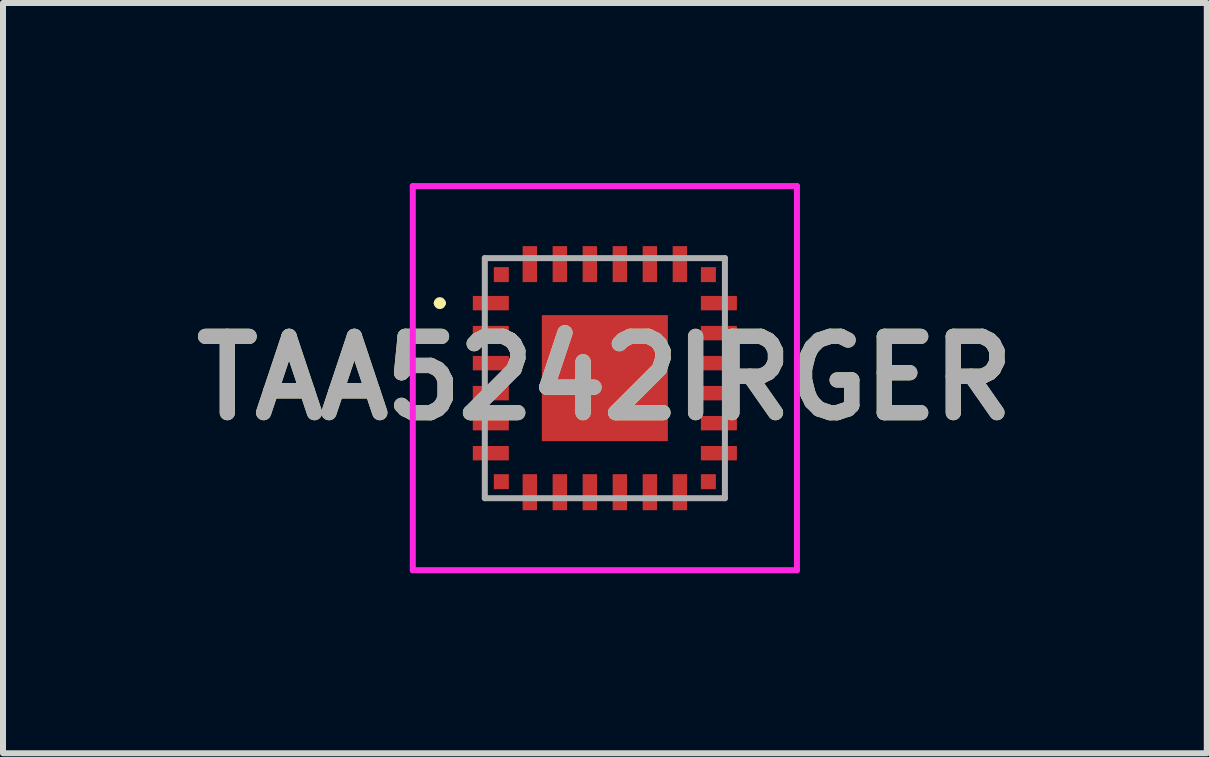
<source format=kicad_pcb>
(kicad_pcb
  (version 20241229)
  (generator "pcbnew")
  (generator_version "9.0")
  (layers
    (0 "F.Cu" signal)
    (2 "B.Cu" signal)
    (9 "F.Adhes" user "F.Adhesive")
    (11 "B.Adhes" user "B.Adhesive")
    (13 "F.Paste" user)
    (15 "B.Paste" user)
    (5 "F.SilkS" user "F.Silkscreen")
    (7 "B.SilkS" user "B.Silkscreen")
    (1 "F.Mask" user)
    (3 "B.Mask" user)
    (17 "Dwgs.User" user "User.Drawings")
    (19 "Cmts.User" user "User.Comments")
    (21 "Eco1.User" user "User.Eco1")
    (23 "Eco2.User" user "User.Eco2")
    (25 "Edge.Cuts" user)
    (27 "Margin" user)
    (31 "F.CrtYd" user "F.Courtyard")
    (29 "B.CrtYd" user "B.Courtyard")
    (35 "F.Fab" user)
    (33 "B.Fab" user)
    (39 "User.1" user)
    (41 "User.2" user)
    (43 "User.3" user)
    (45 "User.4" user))
  (footprint "TAA5242IRGER"
    (layer "F.Cu")
    (at 7.027 3.25)
    (property "Reference" "TAA5242IRGER" (at 0 0 0) (layer "F.SilkS") (effects (font (size 1.27 1.27) (thickness 0.254))))
    (attr smd)
    (fp_line (start -2.8 -1.25) (end -2.8 -1.25) (stroke (width 0.1) (type solid)) (layer "F.SilkS"))
    (fp_line (start -2.7 -1.25) (end -2.7 -1.25) (stroke (width 0.1) (type solid)) (layer "F.SilkS"))
    (fp_arc (start -2.8 -1.25) (mid -2.75 -1.3) (end -2.7 -1.25) (stroke (width 0.1) (type solid)) (layer "F.SilkS"))
    (fp_arc (start -2.7 -1.25) (mid -2.75 -1.2) (end -2.8 -1.25) (stroke (width 0.1) (type solid)) (layer "F.SilkS"))
    (fp_line (start -3.2 -3.2) (end 3.2 -3.2) (stroke (width 0.1) (type solid)) (layer "F.CrtYd"))
    (fp_line (start -3.2 3.2) (end -3.2 -3.2) (stroke (width 0.1) (type solid)) (layer "F.CrtYd"))
    (fp_line (start 3.2 -3.2) (end 3.2 3.2) (stroke (width 0.1) (type solid)) (layer "F.CrtYd"))
    (fp_line (start 3.2 3.2) (end -3.2 3.2) (stroke (width 0.1) (type solid)) (layer "F.CrtYd"))
    (fp_line (start -2 -2) (end 2 -2) (stroke (width 0.1) (type solid)) (layer "F.Fab"))
    (fp_line (start -2 2) (end -2 -2) (stroke (width 0.1) (type solid)) (layer "F.Fab"))
    (fp_line (start 2 -2) (end 2 2) (stroke (width 0.1) (type solid)) (layer "F.Fab"))
    (fp_line (start 2 2) (end -2 2) (stroke (width 0.1) (type solid)) (layer "F.Fab"))
    (fp_text user "${REFERENCE}" (at 0 0 0) (layer "F.Fab") (effects (font (size 1.27 1.27) (thickness 0.254))))
    (pad "1" smd rect (at -1.9 -1.25 90) (size 0.24 0.6) (layers "F.Cu" "F.Mask" "F.Paste"))
    (pad "2" smd rect (at -1.9 -0.75 90) (size 0.24 0.6) (layers "F.Cu" "F.Mask" "F.Paste"))
    (pad "3" smd rect (at -1.9 -0.25 90) (size 0.24 0.6) (layers "F.Cu" "F.Mask" "F.Paste"))
    (pad "4" smd rect (at -1.9 0.25 90) (size 0.24 0.6) (layers "F.Cu" "F.Mask" "F.Paste"))
    (pad "5" smd rect (at -1.9 0.75 90) (size 0.24 0.6) (layers "F.Cu" "F.Mask" "F.Paste"))
    (pad "6" smd rect (at -1.9 1.25 90) (size 0.24 0.6) (layers "F.Cu" "F.Mask" "F.Paste"))
    (pad "7" smd rect (at -1.25 1.9) (size 0.24 0.6) (layers "F.Cu" "F.Mask" "F.Paste"))
    (pad "8" smd rect (at -0.75 1.9) (size 0.24 0.6) (layers "F.Cu" "F.Mask" "F.Paste"))
    (pad "9" smd rect (at -0.25 1.9) (size 0.24 0.6) (layers "F.Cu" "F.Mask" "F.Paste"))
    (pad "10" smd rect (at 0.25 1.9) (size 0.24 0.6) (layers "F.Cu" "F.Mask" "F.Paste"))
    (pad "11" smd rect (at 0.75 1.9) (size 0.24 0.6) (layers "F.Cu" "F.Mask" "F.Paste"))
    (pad "12" smd rect (at 1.25 1.9) (size 0.24 0.6) (layers "F.Cu" "F.Mask" "F.Paste"))
    (pad "13" smd rect (at 1.9 1.25 90) (size 0.24 0.6) (layers "F.Cu" "F.Mask" "F.Paste"))
    (pad "14" smd rect (at 1.9 0.75 90) (size 0.24 0.6) (layers "F.Cu" "F.Mask" "F.Paste"))
    (pad "15" smd rect (at 1.9 0.25 90) (size 0.24 0.6) (layers "F.Cu" "F.Mask" "F.Paste"))
    (pad "16" smd rect (at 1.9 -0.25 90) (size 0.24 0.6) (layers "F.Cu" "F.Mask" "F.Paste"))
    (pad "17" smd rect (at 1.9 -0.75 90) (size 0.24 0.6) (layers "F.Cu" "F.Mask" "F.Paste"))
    (pad "18" smd rect (at 1.9 -1.25 90) (size 0.24 0.6) (layers "F.Cu" "F.Mask" "F.Paste"))
    (pad "19" smd rect (at 1.25 -1.9) (size 0.24 0.6) (layers "F.Cu" "F.Mask" "F.Paste"))
    (pad "20" smd rect (at 0.75 -1.9) (size 0.24 0.6) (layers "F.Cu" "F.Mask" "F.Paste"))
    (pad "21" smd rect (at 0.25 -1.9) (size 0.24 0.6) (layers "F.Cu" "F.Mask" "F.Paste"))
    (pad "22" smd rect (at -0.25 -1.9) (size 0.24 0.6) (layers "F.Cu" "F.Mask" "F.Paste"))
    (pad "23" smd rect (at -0.75 -1.9) (size 0.24 0.6) (layers "F.Cu" "F.Mask" "F.Paste"))
    (pad "24" smd rect (at -1.25 -1.9) (size 0.24 0.6) (layers "F.Cu" "F.Mask" "F.Paste"))
    (pad "25" smd rect (at 0 0) (size 2.1 2.1) (layers "F.Cu" "F.Mask" "F.Paste"))
    (pad "26" smd rect (at -1.725 -1.725) (size 0.25 0.25) (layers "F.Cu" "F.Mask" "F.Paste"))
    (pad "27" smd rect (at -1.725 1.725) (size 0.25 0.25) (layers "F.Cu" "F.Mask" "F.Paste"))
    (pad "28" smd rect (at 1.725 1.725) (size 0.25 0.25) (layers "F.Cu" "F.Mask" "F.Paste"))
    (pad "29" smd rect (at 1.725 -1.725) (size 0.25 0.25) (layers "F.Cu" "F.Mask" "F.Paste")))
  (gr_rect
    (start -3 -3)
    (end 17.055 9.5)
    (stroke (width 0.1) (type default))
    (fill no)
    (layer "Edge.Cuts")))
</source>
